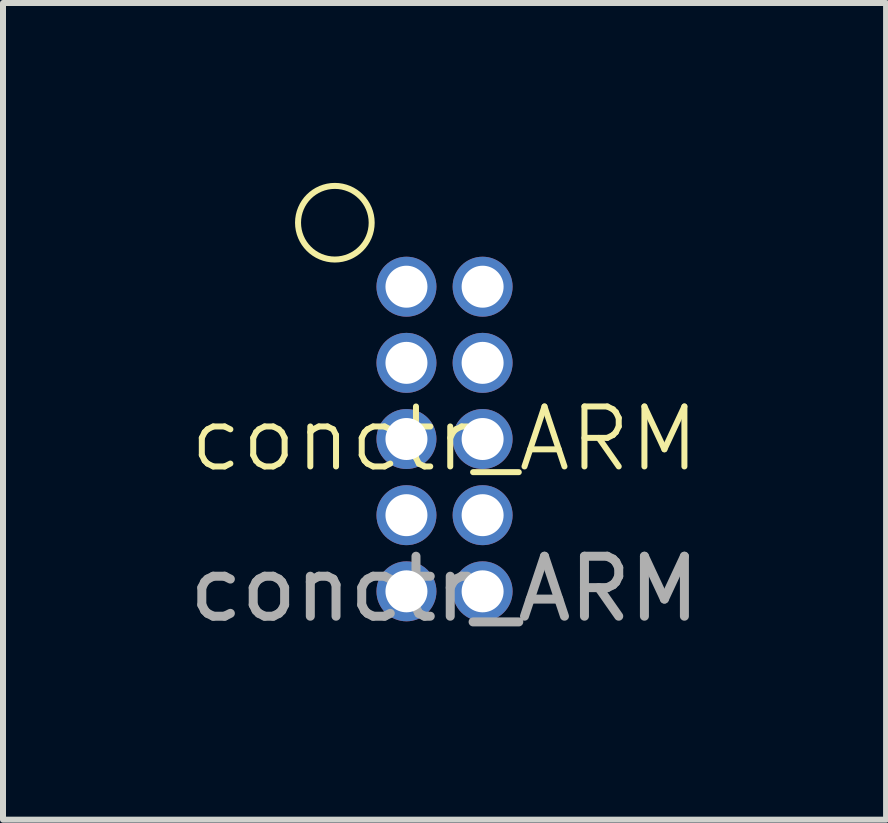
<source format=kicad_pcb>
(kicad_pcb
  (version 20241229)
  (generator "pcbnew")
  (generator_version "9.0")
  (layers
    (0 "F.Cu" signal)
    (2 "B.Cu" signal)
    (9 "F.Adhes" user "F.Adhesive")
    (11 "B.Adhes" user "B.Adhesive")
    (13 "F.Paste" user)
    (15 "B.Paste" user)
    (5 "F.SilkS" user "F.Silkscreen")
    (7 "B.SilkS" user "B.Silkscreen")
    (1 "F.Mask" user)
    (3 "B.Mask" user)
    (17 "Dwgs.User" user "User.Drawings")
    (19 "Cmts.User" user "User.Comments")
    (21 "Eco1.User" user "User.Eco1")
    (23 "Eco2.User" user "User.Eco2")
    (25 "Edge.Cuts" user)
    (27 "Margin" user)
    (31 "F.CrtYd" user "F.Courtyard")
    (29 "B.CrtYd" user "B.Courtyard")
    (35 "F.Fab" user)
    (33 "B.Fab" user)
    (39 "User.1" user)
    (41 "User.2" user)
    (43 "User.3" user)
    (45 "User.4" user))
  (footprint "conctr_ARM"
    (layer "F.Cu")
    (at 4.363 4.271)
    (property "Reference" "conctr_ARM" (at 0 0 0) (unlocked yes) (layer "F.SilkS") (effects (font (size 1 1) (thickness 0.1))))
    (attr smd)
    (fp_circle (center -1.829 -3.607) (end -1.575 -3.048) (stroke (width 0.1) (type default)) (fill no) (layer "F.SilkS"))
    (fp_text user "${REFERENCE}" (at 0 2.5 0) (unlocked yes) (layer "F.Fab") (effects (font (size 1 1) (thickness 0.15))))
    (pad "1" thru_hole circle (at -0.635 -2.54) (size 1 1) (drill 0.7) (layers "*.Cu" "*.Mask"))
    (pad "2" thru_hole circle (at 0.635 -2.54) (size 1 1) (drill 0.7) (layers "*.Cu" "*.Mask"))
    (pad "3" thru_hole circle (at -0.635 -1.27) (size 1 1) (drill 0.7) (layers "*.Cu" "*.Mask"))
    (pad "4" thru_hole circle (at 0.635 -1.27) (size 1 1) (drill 0.7) (layers "*.Cu" "*.Mask"))
    (pad "5" thru_hole circle (at -0.635 0) (size 1 1) (drill 0.7) (layers "*.Cu" "*.Mask"))
    (pad "6" thru_hole circle (at 0.635 0) (size 1 1) (drill 0.7) (layers "*.Cu" "*.Mask"))
    (pad "7" thru_hole circle (at -0.635 1.27) (size 1 1) (drill 0.7) (layers "*.Cu" "*.Mask"))
    (pad "8" thru_hole circle (at 0.635 1.27) (size 1 1) (drill 0.7) (layers "*.Cu" "*.Mask"))
    (pad "9" thru_hole circle (at -0.635 2.54) (size 1 1) (drill 0.7) (layers "*.Cu" "*.Mask"))
    (pad "10" thru_hole circle (at 0.635 2.54) (size 1 1) (drill 0.7) (layers "*.Cu" "*.Mask")))
  (gr_rect
    (start -3 -3)
    (end 11.726 10.619)
    (stroke (width 0.1) (type default))
    (fill no)
    (layer "Edge.Cuts")))
</source>
